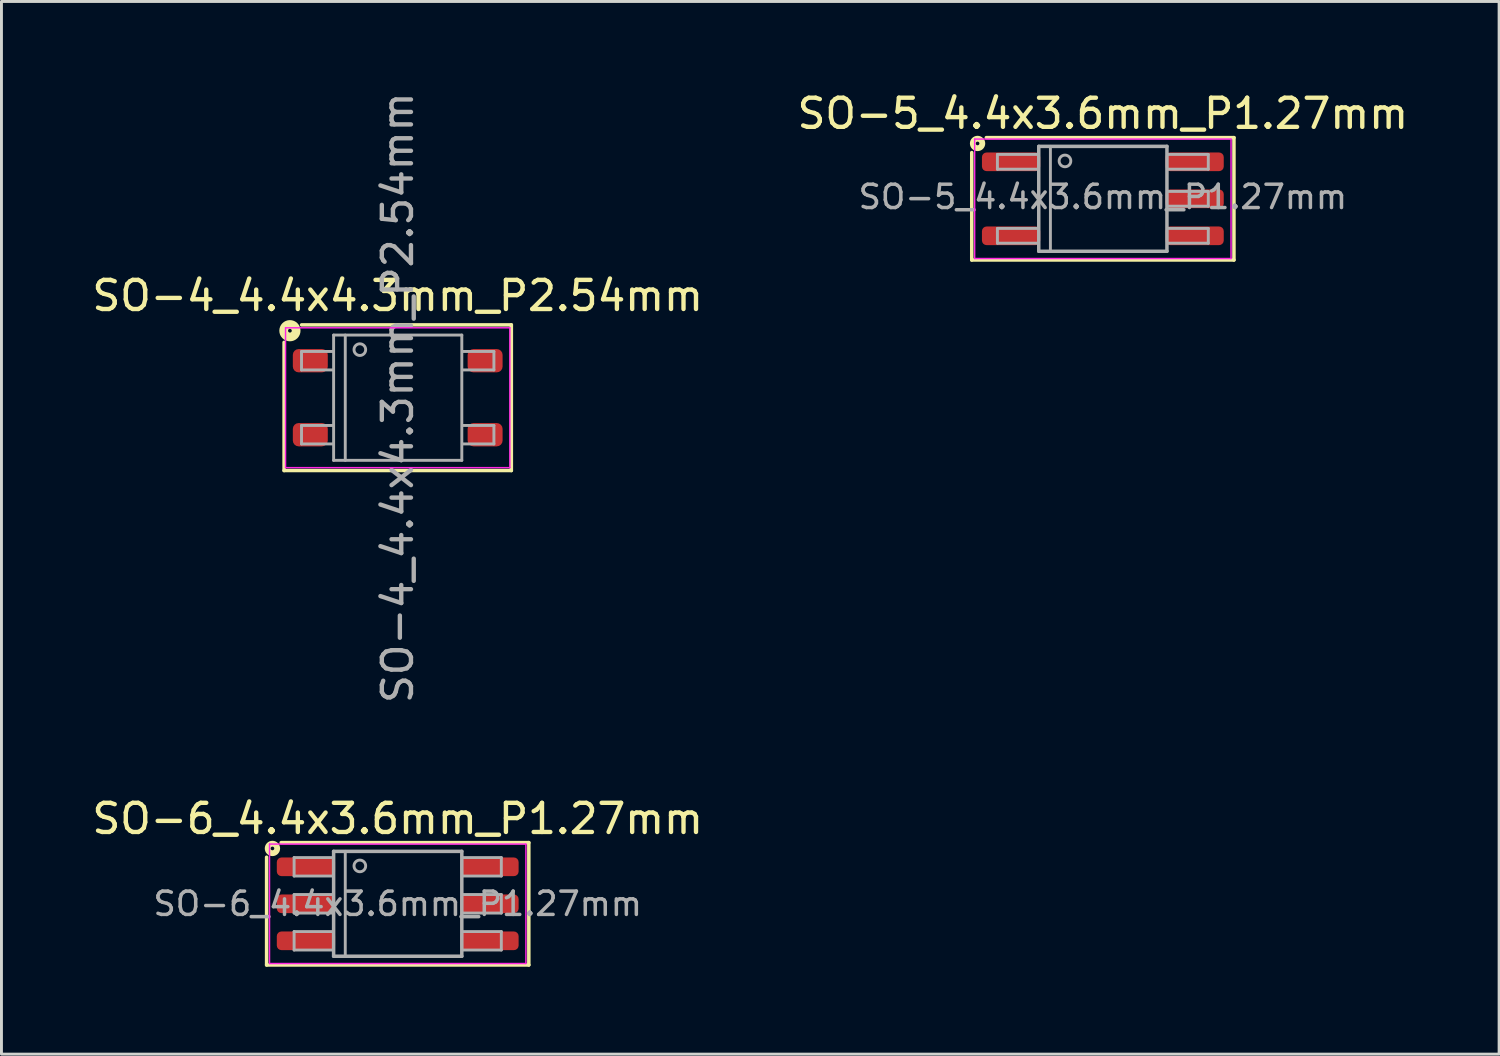
<source format=kicad_pcb>
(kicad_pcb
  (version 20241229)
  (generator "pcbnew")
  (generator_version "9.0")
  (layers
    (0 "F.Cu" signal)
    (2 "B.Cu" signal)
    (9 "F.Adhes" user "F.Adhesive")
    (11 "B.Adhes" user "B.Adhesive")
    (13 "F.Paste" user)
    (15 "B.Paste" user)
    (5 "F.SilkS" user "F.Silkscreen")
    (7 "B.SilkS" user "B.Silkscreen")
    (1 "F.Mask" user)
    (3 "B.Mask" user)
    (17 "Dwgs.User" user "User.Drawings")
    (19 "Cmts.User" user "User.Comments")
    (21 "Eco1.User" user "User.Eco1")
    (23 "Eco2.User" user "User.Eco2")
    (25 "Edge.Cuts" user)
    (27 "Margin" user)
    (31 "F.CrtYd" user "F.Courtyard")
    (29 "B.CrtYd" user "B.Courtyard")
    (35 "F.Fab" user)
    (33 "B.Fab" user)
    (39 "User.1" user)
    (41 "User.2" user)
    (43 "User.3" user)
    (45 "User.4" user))
  (footprint "SO-5_4.4x3.6mm_P1.27mm"
    (layer "F.Cu")
    (at 34.804 3.774)
    (property "Reference" "SO-5_4.4x3.6mm_P1.27mm" (at 0 -2.925 0) (layer "F.SilkS") (effects (font (size 1 1) (thickness 0.15))))
    (attr smd)
    (fp_line (start -4.5 2.1) (end -4.5 -1.587) (stroke (width 0.12) (type solid)) (layer "F.SilkS"))
    (fp_line (start -4 -2.1) (end 4.5 -2.1) (stroke (width 0.12) (type solid)) (layer "F.SilkS"))
    (fp_line (start 4.5 -2.1) (end 4.5 2.1) (stroke (width 0.12) (type solid)) (layer "F.SilkS"))
    (fp_line (start 4.5 2.1) (end -4.5 2.1) (stroke (width 0.12) (type solid)) (layer "F.SilkS"))
    (fp_circle (center -4.3 -1.9) (end -4.237 -1.9) (stroke (width 0.2) (type solid)) (fill no) (layer "F.SilkS"))
    (fp_line (start -4.4 -2.05) (end -4.4 2.05) (stroke (width 0.05) (type solid)) (layer "F.CrtYd"))
    (fp_line (start -4.4 -2.05) (end 4.4 -2.05) (stroke (width 0.05) (type solid)) (layer "F.CrtYd"))
    (fp_line (start 4.4 2.05) (end -4.4 2.05) (stroke (width 0.05) (type solid)) (layer "F.CrtYd"))
    (fp_line (start 4.4 2.05) (end 4.4 -2.05) (stroke (width 0.05) (type solid)) (layer "F.CrtYd"))
    (fp_line (start -3.619 -1.524) (end -3.619 -1.016) (stroke (width 0.1) (type solid)) (layer "F.Fab"))
    (fp_line (start -3.619 -1.524) (end -2.223 -1.524) (stroke (width 0.1) (type solid)) (layer "F.Fab"))
    (fp_line (start -3.619 -1.016) (end -2.223 -1.016) (stroke (width 0.1) (type solid)) (layer "F.Fab"))
    (fp_line (start -3.619 1.016) (end -3.619 1.524) (stroke (width 0.1) (type solid)) (layer "F.Fab"))
    (fp_line (start -3.619 1.016) (end -2.223 1.016) (stroke (width 0.1) (type solid)) (layer "F.Fab"))
    (fp_line (start -3.619 1.524) (end -2.223 1.524) (stroke (width 0.1) (type solid)) (layer "F.Fab"))
    (fp_line (start -2.2 -1.8) (end 2.2 -1.8) (stroke (width 0.12) (type solid)) (layer "F.Fab"))
    (fp_line (start -2.2 1.8) (end -2.2 -1.8) (stroke (width 0.12) (type solid)) (layer "F.Fab"))
    (fp_line (start -1.8 -1.8) (end -1.8 1.8) (stroke (width 0.1) (type solid)) (layer "F.Fab"))
    (fp_line (start 2.2 -1.8) (end 2.2 1.8) (stroke (width 0.12) (type solid)) (layer "F.Fab"))
    (fp_line (start 2.2 1.8) (end -2.2 1.8) (stroke (width 0.12) (type solid)) (layer "F.Fab"))
    (fp_line (start 3.619 -1.524) (end 2.223 -1.524) (stroke (width 0.1) (type solid)) (layer "F.Fab"))
    (fp_line (start 3.619 -1.016) (end 2.223 -1.016) (stroke (width 0.1) (type solid)) (layer "F.Fab"))
    (fp_line (start 3.619 -1.016) (end 3.619 -1.524) (stroke (width 0.1) (type solid)) (layer "F.Fab"))
    (fp_line (start 3.619 -0.254) (end 2.223 -0.254) (stroke (width 0.1) (type solid)) (layer "F.Fab"))
    (fp_line (start 3.619 0.254) (end 2.223 0.254) (stroke (width 0.1) (type solid)) (layer "F.Fab"))
    (fp_line (start 3.619 0.254) (end 3.619 -0.254) (stroke (width 0.1) (type solid)) (layer "F.Fab"))
    (fp_line (start 3.619 1.016) (end 2.223 1.016) (stroke (width 0.1) (type solid)) (layer "F.Fab"))
    (fp_line (start 3.619 1.524) (end 2.223 1.524) (stroke (width 0.1) (type solid)) (layer "F.Fab"))
    (fp_line (start 3.619 1.524) (end 3.619 1.016) (stroke (width 0.1) (type solid)) (layer "F.Fab"))
    (fp_circle (center -1.3 -1.3) (end -1.1 -1.3) (stroke (width 0.1) (type solid)) (fill no) (layer "F.Fab"))
    (fp_text user "${REFERENCE}" (at 0 -0.065 180) (layer "F.Fab") (effects (font (size 0.8 0.8) (thickness 0.12))))
    (pad "1" smd roundrect (at -3.15 -1.27) (size 2 0.64) (layers "F.Cu" "F.Mask" "F.Paste") (roundrect_rratio 0.25))
    (pad "3" smd roundrect (at -3.15 1.27) (size 2 0.64) (layers "F.Cu" "F.Mask" "F.Paste") (roundrect_rratio 0.25))
    (pad "4" smd roundrect (at 3.15 1.27) (size 2 0.64) (layers "F.Cu" "F.Mask" "F.Paste") (roundrect_rratio 0.25))
    (pad "5" smd roundrect (at 3.15 0) (size 2 0.64) (layers "F.Cu" "F.Mask" "F.Paste") (roundrect_rratio 0.25))
    (pad "6" smd roundrect (at 3.15 -1.27) (size 2 0.64) (layers "F.Cu" "F.Mask" "F.Paste") (roundrect_rratio 0.25)))
  (footprint "SO-4_4.4x4.3mm_P2.54mm"
    (layer "F.Cu")
    (at 10.601 10.601)
    (property "Reference" "SO-4_4.4x4.3mm_P2.54mm" (at 0 -3.5 0) (layer "F.SilkS") (effects (font (size 1 1) (thickness 0.15))))
    (attr smd)
    (fp_line (start -3.9 -1.9) (end -3.9 2.5) (stroke (width 0.12) (type solid)) (layer "F.SilkS"))
    (fp_line (start -3.9 2.5) (end 3.9 2.5) (stroke (width 0.12) (type solid)) (layer "F.SilkS"))
    (fp_line (start 3.9 -2.5) (end -3.3 -2.5) (stroke (width 0.12) (type solid)) (layer "F.SilkS"))
    (fp_line (start 3.9 2.5) (end 3.9 -2.5) (stroke (width 0.12) (type solid)) (layer "F.SilkS"))
    (fp_circle (center -3.7 -2.3) (end -3.636 -2.3) (stroke (width 0.3) (type solid)) (fill no) (layer "F.SilkS"))
    (fp_line (start -3.85 -2.4) (end 3.85 -2.4) (stroke (width 0.05) (type solid)) (layer "F.CrtYd"))
    (fp_line (start -3.85 2.4) (end -3.85 -2.4) (stroke (width 0.05) (type solid)) (layer "F.CrtYd"))
    (fp_line (start 3.85 -2.4) (end 3.85 2.4) (stroke (width 0.05) (type solid)) (layer "F.CrtYd"))
    (fp_line (start 3.85 2.4) (end -3.85 2.4) (stroke (width 0.05) (type solid)) (layer "F.CrtYd"))
    (fp_line (start -3.302 -1.587) (end -3.302 -0.953) (stroke (width 0.1) (type solid)) (layer "F.Fab"))
    (fp_line (start -3.302 -1.587) (end -2.223 -1.587) (stroke (width 0.1) (type solid)) (layer "F.Fab"))
    (fp_line (start -3.302 -0.953) (end -2.223 -0.953) (stroke (width 0.1) (type solid)) (layer "F.Fab"))
    (fp_line (start -3.302 0.953) (end -3.302 1.587) (stroke (width 0.1) (type solid)) (layer "F.Fab"))
    (fp_line (start -3.302 0.953) (end -2.223 0.953) (stroke (width 0.1) (type solid)) (layer "F.Fab"))
    (fp_line (start -3.302 1.587) (end -2.223 1.587) (stroke (width 0.1) (type solid)) (layer "F.Fab"))
    (fp_line (start -2.2 -2.15) (end 2.2 -2.15) (stroke (width 0.1) (type solid)) (layer "F.Fab"))
    (fp_line (start -2.2 2.15) (end -2.2 -2.15) (stroke (width 0.1) (type solid)) (layer "F.Fab"))
    (fp_line (start -2.2 2.15) (end 2.2 2.15) (stroke (width 0.1) (type solid)) (layer "F.Fab"))
    (fp_line (start -1.8 -2.15) (end -1.8 2.15) (stroke (width 0.1) (type solid)) (layer "F.Fab"))
    (fp_line (start 2.2 2.15) (end 2.2 -2.15) (stroke (width 0.1) (type solid)) (layer "F.Fab"))
    (fp_line (start 3.302 -1.587) (end 2.223 -1.587) (stroke (width 0.1) (type solid)) (layer "F.Fab"))
    (fp_line (start 3.302 -0.953) (end 2.223 -0.953) (stroke (width 0.1) (type solid)) (layer "F.Fab"))
    (fp_line (start 3.302 -0.953) (end 3.302 -1.587) (stroke (width 0.1) (type solid)) (layer "F.Fab"))
    (fp_line (start 3.302 0.953) (end 2.223 0.953) (stroke (width 0.1) (type solid)) (layer "F.Fab"))
    (fp_line (start 3.302 1.587) (end 2.223 1.587) (stroke (width 0.1) (type solid)) (layer "F.Fab"))
    (fp_line (start 3.302 1.587) (end 3.302 0.953) (stroke (width 0.1) (type solid)) (layer "F.Fab"))
    (fp_circle (center -1.3 -1.65) (end -1.1 -1.65) (stroke (width 0.1) (type solid)) (fill no) (layer "F.Fab"))
    (fp_text user "${REFERENCE}" (at 0 0 90) (layer "F.Fab") (effects (font (size 1 1) (thickness 0.15))))
    (pad "1" smd roundrect (at -3 -1.27 270) (size 0.8 1.2) (layers "F.Cu" "F.Mask" "F.Paste") (roundrect_rratio 0.25))
    (pad "2" smd roundrect (at -3 1.27 270) (size 0.8 1.2) (layers "F.Cu" "F.Mask" "F.Paste") (roundrect_rratio 0.25))
    (pad "3" smd roundrect (at 3 1.27 270) (size 0.8 1.2) (layers "F.Cu" "F.Mask" "F.Paste") (roundrect_rratio 0.25))
    (pad "4" smd roundrect (at 3 -1.27 270) (size 0.8 1.2) (layers "F.Cu" "F.Mask" "F.Paste") (roundrect_rratio 0.25)))
  (footprint "SO-6_4.4x3.6mm_P1.27mm"
    (layer "F.Cu")
    (at 10.601 27.972)
    (property "Reference" "SO-6_4.4x3.6mm_P1.27mm" (at 0 -2.921 0) (layer "F.SilkS") (effects (font (size 1 1) (thickness 0.15))))
    (attr smd)
    (fp_line (start -4.5 2.1) (end -4.5 -1.6) (stroke (width 0.12) (type solid)) (layer "F.SilkS"))
    (fp_line (start -4 -2.1) (end 4.5 -2.1) (stroke (width 0.12) (type solid)) (layer "F.SilkS"))
    (fp_line (start 4.5 -2.1) (end 4.5 2.1) (stroke (width 0.12) (type solid)) (layer "F.SilkS"))
    (fp_line (start 4.5 2.1) (end -4.5 2.1) (stroke (width 0.12) (type solid)) (layer "F.SilkS"))
    (fp_circle (center -4.3 -1.9) (end -4.237 -1.9) (stroke (width 0.2) (type solid)) (fill no) (layer "F.SilkS"))
    (fp_line (start -4.4 -2.05) (end -4.4 2.05) (stroke (width 0.05) (type solid)) (layer "F.CrtYd"))
    (fp_line (start -4.4 -2.05) (end 4.4 -2.05) (stroke (width 0.05) (type solid)) (layer "F.CrtYd"))
    (fp_line (start 4.4 2.05) (end -4.4 2.05) (stroke (width 0.05) (type solid)) (layer "F.CrtYd"))
    (fp_line (start 4.4 2.05) (end 4.4 -2.05) (stroke (width 0.05) (type solid)) (layer "F.CrtYd"))
    (fp_line (start -3.556 -1.587) (end -3.556 -0.953) (stroke (width 0.1) (type solid)) (layer "F.Fab"))
    (fp_line (start -3.556 -1.587) (end -2.223 -1.587) (stroke (width 0.1) (type solid)) (layer "F.Fab"))
    (fp_line (start -3.556 -0.953) (end -2.223 -0.953) (stroke (width 0.1) (type solid)) (layer "F.Fab"))
    (fp_line (start -3.556 -0.318) (end -3.556 0.318) (stroke (width 0.1) (type solid)) (layer "F.Fab"))
    (fp_line (start -3.556 -0.318) (end -2.223 -0.318) (stroke (width 0.1) (type solid)) (layer "F.Fab"))
    (fp_line (start -3.556 0.318) (end -2.223 0.318) (stroke (width 0.1) (type solid)) (layer "F.Fab"))
    (fp_line (start -3.556 0.953) (end -3.556 1.587) (stroke (width 0.1) (type solid)) (layer "F.Fab"))
    (fp_line (start -3.556 0.953) (end -2.223 0.953) (stroke (width 0.1) (type solid)) (layer "F.Fab"))
    (fp_line (start -3.556 1.587) (end -2.223 1.587) (stroke (width 0.1) (type solid)) (layer "F.Fab"))
    (fp_line (start -2.2 -1.8) (end 2.2 -1.8) (stroke (width 0.12) (type solid)) (layer "F.Fab"))
    (fp_line (start -2.2 1.8) (end -2.2 -1.8) (stroke (width 0.12) (type solid)) (layer "F.Fab"))
    (fp_line (start -1.8 -1.8) (end -1.8 1.8) (stroke (width 0.1) (type solid)) (layer "F.Fab"))
    (fp_line (start 2.2 -1.8) (end 2.2 1.8) (stroke (width 0.12) (type solid)) (layer "F.Fab"))
    (fp_line (start 2.2 1.8) (end -2.2 1.8) (stroke (width 0.12) (type solid)) (layer "F.Fab"))
    (fp_line (start 3.556 -1.587) (end 2.223 -1.587) (stroke (width 0.1) (type solid)) (layer "F.Fab"))
    (fp_line (start 3.556 -0.953) (end 2.223 -0.953) (stroke (width 0.1) (type solid)) (layer "F.Fab"))
    (fp_line (start 3.556 -0.953) (end 3.556 -1.587) (stroke (width 0.1) (type solid)) (layer "F.Fab"))
    (fp_line (start 3.556 -0.318) (end 2.223 -0.318) (stroke (width 0.1) (type solid)) (layer "F.Fab"))
    (fp_line (start 3.556 0.318) (end 2.223 0.318) (stroke (width 0.1) (type solid)) (layer "F.Fab"))
    (fp_line (start 3.556 0.318) (end 3.556 -0.318) (stroke (width 0.1) (type solid)) (layer "F.Fab"))
    (fp_line (start 3.556 0.953) (end 2.223 0.953) (stroke (width 0.1) (type solid)) (layer "F.Fab"))
    (fp_line (start 3.556 1.587) (end 2.223 1.587) (stroke (width 0.1) (type solid)) (layer "F.Fab"))
    (fp_line (start 3.556 1.587) (end 3.556 0.953) (stroke (width 0.1) (type solid)) (layer "F.Fab"))
    (fp_circle (center -1.3 -1.3) (end -1.1 -1.3) (stroke (width 0.1) (type solid)) (fill no) (layer "F.Fab"))
    (fp_text user "${REFERENCE}" (at 0 0 0) (layer "F.Fab") (effects (font (size 0.8 0.8) (thickness 0.12))))
    (pad "1" smd roundrect (at -3.15 -1.27) (size 2 0.64) (layers "F.Cu" "F.Mask" "F.Paste") (roundrect_rratio 0.25))
    (pad "2" smd roundrect (at -3.15 0) (size 2 0.64) (layers "F.Cu" "F.Mask" "F.Paste") (roundrect_rratio 0.25))
    (pad "3" smd roundrect (at -3.15 1.27) (size 2 0.64) (layers "F.Cu" "F.Mask" "F.Paste") (roundrect_rratio 0.25))
    (pad "4" smd roundrect (at 3.15 1.27) (size 2 0.64) (layers "F.Cu" "F.Mask" "F.Paste") (roundrect_rratio 0.25))
    (pad "5" smd roundrect (at 3.15 0) (size 2 0.64) (layers "F.Cu" "F.Mask" "F.Paste") (roundrect_rratio 0.25))
    (pad "6" smd roundrect (at 3.15 -1.27) (size 2 0.64) (layers "F.Cu" "F.Mask" "F.Paste") (roundrect_rratio 0.25)))
  (gr_rect
    (start -3 -3)
    (end 48.405 33.132)
    (stroke (width 0.1) (type default))
    (fill no)
    (layer "Edge.Cuts")))
</source>
